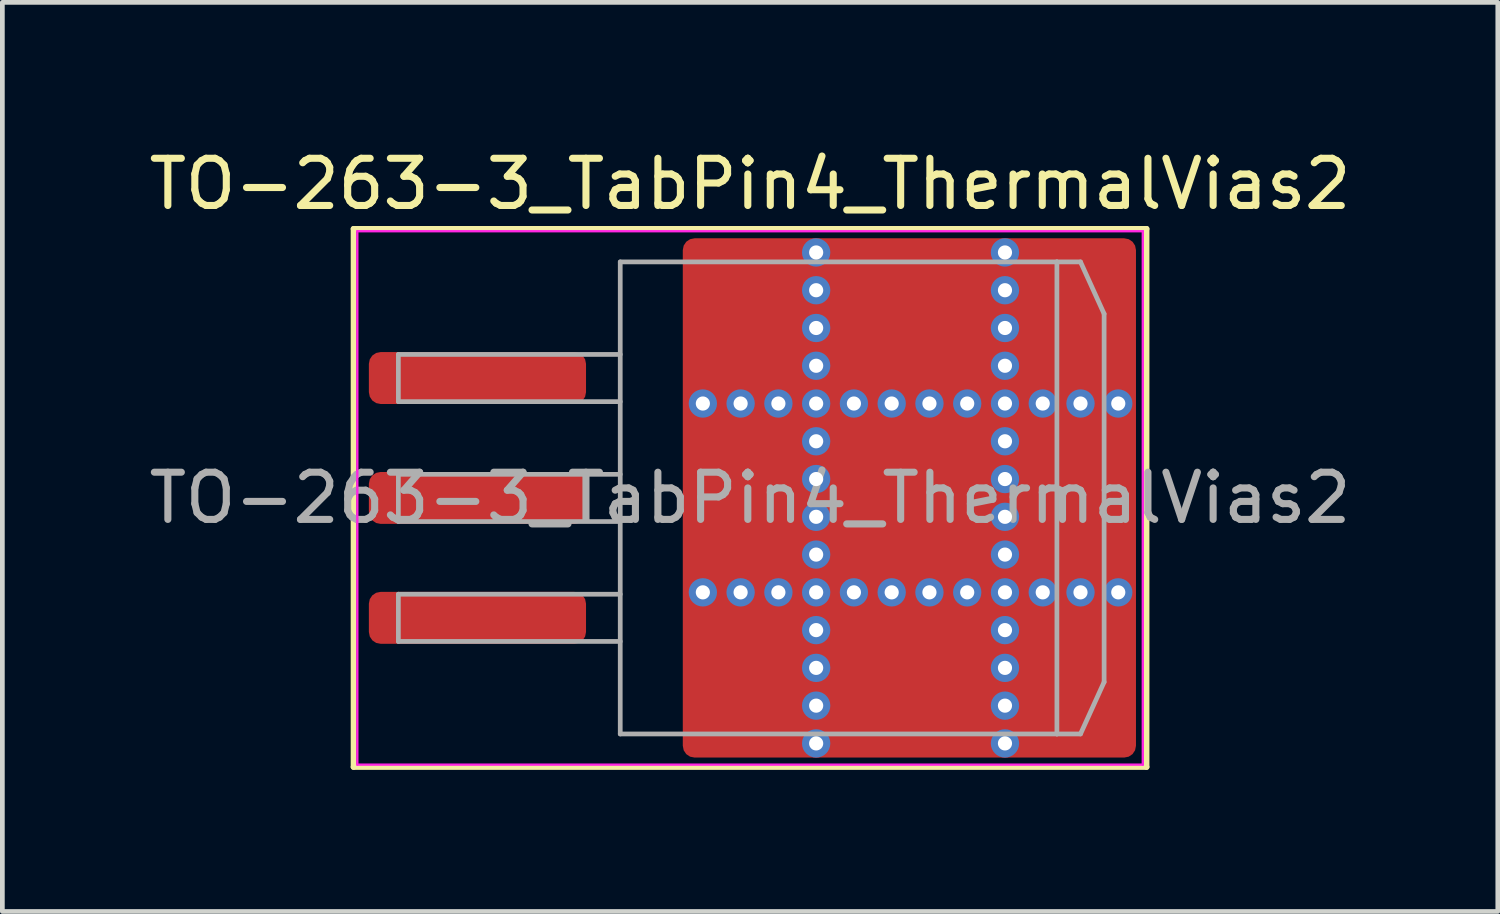
<source format=kicad_pcb>
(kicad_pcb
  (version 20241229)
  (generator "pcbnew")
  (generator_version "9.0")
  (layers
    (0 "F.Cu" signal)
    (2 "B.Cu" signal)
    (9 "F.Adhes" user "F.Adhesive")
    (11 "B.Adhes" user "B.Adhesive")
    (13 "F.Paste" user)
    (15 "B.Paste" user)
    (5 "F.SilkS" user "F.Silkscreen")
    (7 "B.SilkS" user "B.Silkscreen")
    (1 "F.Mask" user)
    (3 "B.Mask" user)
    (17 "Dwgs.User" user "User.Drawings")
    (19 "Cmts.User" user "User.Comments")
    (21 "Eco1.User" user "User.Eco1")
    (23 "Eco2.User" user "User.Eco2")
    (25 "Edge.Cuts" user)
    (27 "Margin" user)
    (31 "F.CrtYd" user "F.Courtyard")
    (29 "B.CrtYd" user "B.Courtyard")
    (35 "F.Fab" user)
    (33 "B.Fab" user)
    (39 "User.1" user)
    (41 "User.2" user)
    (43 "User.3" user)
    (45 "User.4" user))
  (footprint "TO-263-3_TabPin4_ThermalVias2"
    (layer "F.Cu")
    (at 12.839 7.498)
    (property "Reference" "TO-263-3_TabPin4_ThermalVias2" (at 0 -6.65 0) (layer "F.SilkS") (effects (font (size 1 1) (thickness 0.15))))
    (attr smd)
    (fp_line (start -8.4 -5.7) (end -8.4 5.7) (stroke (width 0.12) (type solid)) (layer "F.SilkS"))
    (fp_line (start -8.4 5.7) (end 8.4 5.7) (stroke (width 0.12) (type solid)) (layer "F.SilkS"))
    (fp_line (start 8.4 -5.7) (end -8.4 -5.7) (stroke (width 0.12) (type solid)) (layer "F.SilkS"))
    (fp_line (start 8.4 5.7) (end 8.4 -5.7) (stroke (width 0.12) (type solid)) (layer "F.SilkS"))
    (fp_line (start -8.32 -5.65) (end -8.32 5.65) (stroke (width 0.05) (type solid)) (layer "F.CrtYd"))
    (fp_line (start -8.32 5.65) (end 8.32 5.65) (stroke (width 0.05) (type solid)) (layer "F.CrtYd"))
    (fp_line (start 8.32 -5.65) (end -8.32 -5.65) (stroke (width 0.05) (type solid)) (layer "F.CrtYd"))
    (fp_line (start 8.32 5.65) (end 8.32 -5.65) (stroke (width 0.05) (type solid)) (layer "F.CrtYd"))
    (fp_line (start -7.45 -3.04) (end -7.45 -2.04) (stroke (width 0.1) (type solid)) (layer "F.Fab"))
    (fp_line (start -7.45 -2.04) (end -2.75 -2.04) (stroke (width 0.1) (type solid)) (layer "F.Fab"))
    (fp_line (start -7.45 -0.5) (end -7.45 0.5) (stroke (width 0.1) (type solid)) (layer "F.Fab"))
    (fp_line (start -7.45 0.5) (end -2.75 0.5) (stroke (width 0.1) (type solid)) (layer "F.Fab"))
    (fp_line (start -7.45 2.04) (end -7.45 3.04) (stroke (width 0.1) (type solid)) (layer "F.Fab"))
    (fp_line (start -7.45 3.04) (end -2.75 3.04) (stroke (width 0.1) (type solid)) (layer "F.Fab"))
    (fp_line (start -2.75 -5) (end 6.5 -5) (stroke (width 0.1) (type solid)) (layer "F.Fab"))
    (fp_line (start -2.75 -3.04) (end -7.45 -3.04) (stroke (width 0.1) (type solid)) (layer "F.Fab"))
    (fp_line (start -2.75 -0.5) (end -7.45 -0.5) (stroke (width 0.1) (type solid)) (layer "F.Fab"))
    (fp_line (start -2.75 2.04) (end -7.45 2.04) (stroke (width 0.1) (type solid)) (layer "F.Fab"))
    (fp_line (start -2.75 5) (end -2.75 -5) (stroke (width 0.1) (type solid)) (layer "F.Fab"))
    (fp_line (start 6.5 -5) (end 6.5 5) (stroke (width 0.1) (type solid)) (layer "F.Fab"))
    (fp_line (start 6.5 -5) (end 7 -5) (stroke (width 0.1) (type solid)) (layer "F.Fab"))
    (fp_line (start 6.5 5) (end -2.75 5) (stroke (width 0.1) (type solid)) (layer "F.Fab"))
    (fp_line (start 6.5 5) (end 7 5) (stroke (width 0.1) (type solid)) (layer "F.Fab"))
    (fp_line (start 7 -5) (end 7.5 -3.9) (stroke (width 0.1) (type solid)) (layer "F.Fab"))
    (fp_line (start 7 5) (end 7.5 3.9) (stroke (width 0.1) (type solid)) (layer "F.Fab"))
    (fp_line (start 7.5 -3.9) (end 7.5 3.9) (stroke (width 0.1) (type solid)) (layer "F.Fab"))
    (fp_text user "${REFERENCE}" (at 0 0 0) (layer "F.Fab") (effects (font (size 1 1) (thickness 0.15))))
    (pad "" smd roundrect (at -0.675 -4.6 90) (size 1.2 0.95) (layers "F.Paste") (roundrect_rratio 0.25))
    (pad "" smd roundrect (at -0.675 -3.1 90) (size 1.2 0.95) (layers "F.Paste") (roundrect_rratio 0.25))
    (pad "" smd roundrect (at -0.675 -0.85 90) (size 1.3 0.95) (layers "F.Paste") (roundrect_rratio 0.25))
    (pad "" smd roundrect (at -0.675 0.85 90) (size 1.3 0.95) (layers "F.Paste") (roundrect_rratio 0.25))
    (pad "" smd roundrect (at -0.675 3.1 90) (size 1.2 0.95) (layers "F.Paste") (roundrect_rratio 0.25))
    (pad "" smd roundrect (at -0.675 4.6 90) (size 1.2 0.95) (layers "F.Paste") (roundrect_rratio 0.25))
    (pad "" smd roundrect (at -0.113 -3.85 90) (size 3.1 2.425) (layers "F.Mask") (roundrect_rratio 0.103))
    (pad "" smd roundrect (at -0.113 0 90) (size 3.4 2.425) (layers "F.Mask") (roundrect_rratio 0.103))
    (pad "" smd roundrect (at -0.113 3.85 90) (size 3.1 2.425) (layers "F.Mask") (roundrect_rratio 0.103))
    (pad "" smd roundrect (at 0.475 -4.6 90) (size 1.2 0.95) (layers "F.Paste") (roundrect_rratio 0.25))
    (pad "" smd roundrect (at 0.475 -3.1 90) (size 1.2 0.95) (layers "F.Paste") (roundrect_rratio 0.25))
    (pad "" smd roundrect (at 0.475 -0.85 90) (size 1.3 0.95) (layers "F.Paste") (roundrect_rratio 0.25))
    (pad "" smd roundrect (at 0.475 0.85 90) (size 1.3 0.95) (layers "F.Paste") (roundrect_rratio 0.25))
    (pad "" smd roundrect (at 0.475 3.1 90) (size 1.2 0.95) (layers "F.Paste") (roundrect_rratio 0.25))
    (pad "" smd roundrect (at 0.475 4.6 90) (size 1.2 0.95) (layers "F.Paste") (roundrect_rratio 0.25))
    (pad "" smd roundrect (at 2.55 -4.6 90) (size 1.2 1.3) (layers "F.Paste") (roundrect_rratio 0.208))
    (pad "" smd roundrect (at 2.55 -3.1 90) (size 1.2 1.3) (layers "F.Paste") (roundrect_rratio 0.208))
    (pad "" smd roundrect (at 2.55 -0.85 90) (size 1.3 1.3) (layers "F.Paste") (roundrect_rratio 0.192))
    (pad "" smd roundrect (at 2.55 0.85 90) (size 1.3 1.3) (layers "F.Paste") (roundrect_rratio 0.192))
    (pad "" smd roundrect (at 2.55 3.1 90) (size 1.2 1.3) (layers "F.Paste") (roundrect_rratio 0.208))
    (pad "" smd roundrect (at 2.55 4.6 90) (size 1.2 1.3) (layers "F.Paste") (roundrect_rratio 0.208))
    (pad "" smd roundrect (at 3.4 -3.85 90) (size 3.1 3.4) (layers "F.Mask") (roundrect_rratio 0.081))
    (pad "" smd roundrect (at 3.4 0 90) (size 3.4 3.4) (layers "F.Mask") (roundrect_rratio 0.074))
    (pad "" smd roundrect (at 3.4 3.85 90) (size 3.1 3.4) (layers "F.Mask") (roundrect_rratio 0.081))
    (pad "" smd roundrect (at 4.25 -4.6 90) (size 1.2 1.3) (layers "F.Paste") (roundrect_rratio 0.208))
    (pad "" smd roundrect (at 4.25 -3.1 90) (size 1.2 1.3) (layers "F.Paste") (roundrect_rratio 0.208))
    (pad "" smd roundrect (at 4.25 -0.85 90) (size 1.3 1.3) (layers "F.Paste") (roundrect_rratio 0.192))
    (pad "" smd roundrect (at 4.25 0.85 90) (size 1.3 1.3) (layers "F.Paste") (roundrect_rratio 0.192))
    (pad "" smd roundrect (at 4.25 3.1 90) (size 1.2 1.3) (layers "F.Paste") (roundrect_rratio 0.208))
    (pad "" smd roundrect (at 4.25 4.6 90) (size 1.2 1.3) (layers "F.Paste") (roundrect_rratio 0.208))
    (pad "" smd roundrect (at 6.325 -4.6 90) (size 1.2 0.95) (layers "F.Paste") (roundrect_rratio 0.25))
    (pad "" smd roundrect (at 6.325 -3.1 90) (size 1.2 0.95) (layers "F.Paste") (roundrect_rratio 0.25))
    (pad "" smd roundrect (at 6.325 -0.85 90) (size 1.3 0.95) (layers "F.Paste") (roundrect_rratio 0.25))
    (pad "" smd roundrect (at 6.325 0.85 90) (size 1.3 0.95) (layers "F.Paste") (roundrect_rratio 0.25))
    (pad "" smd roundrect (at 6.325 3.1 90) (size 1.2 0.95) (layers "F.Paste") (roundrect_rratio 0.25))
    (pad "" smd roundrect (at 6.325 4.6 90) (size 1.2 0.95) (layers "F.Paste") (roundrect_rratio 0.25))
    (pad "" smd roundrect (at 6.888 -3.85 90) (size 3.1 2.375) (layers "F.Mask") (roundrect_rratio 0.105))
    (pad "" smd roundrect (at 6.888 0 90) (size 3.4 2.375) (layers "F.Mask") (roundrect_rratio 0.105))
    (pad "" smd roundrect (at 6.888 3.85 90) (size 3.1 2.375) (layers "F.Mask") (roundrect_rratio 0.105))
    (pad "" smd roundrect (at 7.475 -4.6 90) (size 1.2 0.95) (layers "F.Paste") (roundrect_rratio 0.25))
    (pad "" smd roundrect (at 7.475 -3.1 90) (size 1.2 0.95) (layers "F.Paste") (roundrect_rratio 0.25))
    (pad "" smd roundrect (at 7.475 -0.85 90) (size 1.3 0.95) (layers "F.Paste") (roundrect_rratio 0.25))
    (pad "" smd roundrect (at 7.475 0.85 90) (size 1.3 0.95) (layers "F.Paste") (roundrect_rratio 0.25))
    (pad "" smd roundrect (at 7.475 3.1 90) (size 1.2 0.95) (layers "F.Paste") (roundrect_rratio 0.25))
    (pad "" smd roundrect (at 7.475 4.6 90) (size 1.2 0.95) (layers "F.Paste") (roundrect_rratio 0.25))
    (pad "1" smd roundrect (at -5.775 -2.54) (size 4.6 1.1) (layers "F.Cu" "F.Mask" "F.Paste") (roundrect_rratio 0.227))
    (pad "2" smd roundrect (at -5.775 0) (size 4.6 1.1) (layers "F.Cu" "F.Mask" "F.Paste") (roundrect_rratio 0.227))
    (pad "3" smd roundrect (at -5.775 2.54) (size 4.6 1.1) (layers "F.Cu" "F.Mask" "F.Paste") (roundrect_rratio 0.227))
    (pad "4" thru_hole circle (at -1 -2) (size 0.6 0.6) (drill 0.3) (property pad_prop_heatsink) (layers "*.Cu" "*.Mask"))
    (pad "4" thru_hole circle (at -1 2) (size 0.6 0.6) (drill 0.3) (property pad_prop_heatsink) (layers "*.Cu" "*.Mask"))
    (pad "4" thru_hole circle (at -0.2 -2) (size 0.6 0.6) (drill 0.3) (property pad_prop_heatsink) (layers "*.Cu" "*.Mask"))
    (pad "4" thru_hole circle (at -0.2 2) (size 0.6 0.6) (drill 0.3) (property pad_prop_heatsink) (layers "*.Cu" "*.Mask"))
    (pad "4" thru_hole circle (at 0.6 -2) (size 0.6 0.6) (drill 0.3) (property pad_prop_heatsink) (layers "*.Cu" "*.Mask"))
    (pad "4" thru_hole circle (at 0.6 2) (size 0.6 0.6) (drill 0.3) (property pad_prop_heatsink) (layers "*.Cu" "*.Mask"))
    (pad "4" thru_hole circle (at 1.4 -5.2) (size 0.6 0.6) (drill 0.3) (property pad_prop_heatsink) (layers "*.Cu" "*.Mask"))
    (pad "4" thru_hole circle (at 1.4 -4.4) (size 0.6 0.6) (drill 0.3) (property pad_prop_heatsink) (layers "*.Cu" "*.Mask"))
    (pad "4" thru_hole circle (at 1.4 -3.6) (size 0.6 0.6) (drill 0.3) (property pad_prop_heatsink) (layers "*.Cu" "*.Mask"))
    (pad "4" thru_hole circle (at 1.4 -2.8) (size 0.6 0.6) (drill 0.3) (property pad_prop_heatsink) (layers "*.Cu" "*.Mask"))
    (pad "4" thru_hole circle (at 1.4 -2) (size 0.6 0.6) (drill 0.3) (property pad_prop_heatsink) (layers "*.Cu" "*.Mask"))
    (pad "4" thru_hole circle (at 1.4 -1.2) (size 0.6 0.6) (drill 0.3) (property pad_prop_heatsink) (layers "*.Cu" "*.Mask"))
    (pad "4" thru_hole circle (at 1.4 -0.4) (size 0.6 0.6) (drill 0.3) (property pad_prop_heatsink) (layers "*.Cu" "*.Mask"))
    (pad "4" thru_hole circle (at 1.4 0.4) (size 0.6 0.6) (drill 0.3) (property pad_prop_heatsink) (layers "*.Cu" "*.Mask"))
    (pad "4" thru_hole circle (at 1.4 1.2) (size 0.6 0.6) (drill 0.3) (property pad_prop_heatsink) (layers "*.Cu" "*.Mask"))
    (pad "4" thru_hole circle (at 1.4 2) (size 0.6 0.6) (drill 0.3) (property pad_prop_heatsink) (layers "*.Cu" "*.Mask"))
    (pad "4" thru_hole circle (at 1.4 2.8) (size 0.6 0.6) (drill 0.3) (property pad_prop_heatsink) (layers "*.Cu" "*.Mask"))
    (pad "4" thru_hole circle (at 1.4 3.6) (size 0.6 0.6) (drill 0.3) (property pad_prop_heatsink) (layers "*.Cu" "*.Mask"))
    (pad "4" thru_hole circle (at 1.4 4.4) (size 0.6 0.6) (drill 0.3) (property pad_prop_heatsink) (layers "*.Cu" "*.Mask"))
    (pad "4" thru_hole circle (at 1.4 5.2) (size 0.6 0.6) (drill 0.3) (property pad_prop_heatsink) (layers "*.Cu" "*.Mask"))
    (pad "4" thru_hole circle (at 2.2 -2) (size 0.6 0.6) (drill 0.3) (property pad_prop_heatsink) (layers "*.Cu" "*.Mask"))
    (pad "4" thru_hole circle (at 2.2 2) (size 0.6 0.6) (drill 0.3) (property pad_prop_heatsink) (layers "*.Cu" "*.Mask"))
    (pad "4" thru_hole circle (at 3 -2) (size 0.6 0.6) (drill 0.3) (property pad_prop_heatsink) (layers "*.Cu" "*.Mask"))
    (pad "4" thru_hole circle (at 3 2) (size 0.6 0.6) (drill 0.3) (property pad_prop_heatsink) (layers "*.Cu" "*.Mask"))
    (pad "4" smd roundrect (at 3.375 0) (size 9.6 11) (layers "F.Cu") (roundrect_rratio 0.026))
    (pad "4" thru_hole circle (at 3.8 -2) (size 0.6 0.6) (drill 0.3) (property pad_prop_heatsink) (layers "*.Cu" "*.Mask"))
    (pad "4" thru_hole circle (at 3.8 2) (size 0.6 0.6) (drill 0.3) (property pad_prop_heatsink) (layers "*.Cu" "*.Mask"))
    (pad "4" thru_hole circle (at 4.6 -2) (size 0.6 0.6) (drill 0.3) (property pad_prop_heatsink) (layers "*.Cu" "*.Mask"))
    (pad "4" thru_hole circle (at 4.6 2) (size 0.6 0.6) (drill 0.3) (property pad_prop_heatsink) (layers "*.Cu" "*.Mask"))
    (pad "4" thru_hole circle (at 5.4 -5.2) (size 0.6 0.6) (drill 0.3) (property pad_prop_heatsink) (layers "*.Cu" "*.Mask"))
    (pad "4" thru_hole circle (at 5.4 -4.4) (size 0.6 0.6) (drill 0.3) (property pad_prop_heatsink) (layers "*.Cu" "*.Mask"))
    (pad "4" thru_hole circle (at 5.4 -3.6) (size 0.6 0.6) (drill 0.3) (property pad_prop_heatsink) (layers "*.Cu" "*.Mask"))
    (pad "4" thru_hole circle (at 5.4 -2.8) (size 0.6 0.6) (drill 0.3) (property pad_prop_heatsink) (layers "*.Cu" "*.Mask"))
    (pad "4" thru_hole circle (at 5.4 -2) (size 0.6 0.6) (drill 0.3) (property pad_prop_heatsink) (layers "*.Cu" "*.Mask"))
    (pad "4" thru_hole circle (at 5.4 -1.2) (size 0.6 0.6) (drill 0.3) (property pad_prop_heatsink) (layers "*.Cu" "*.Mask"))
    (pad "4" thru_hole circle (at 5.4 -0.4) (size 0.6 0.6) (drill 0.3) (property pad_prop_heatsink) (layers "*.Cu" "*.Mask"))
    (pad "4" thru_hole circle (at 5.4 0.4) (size 0.6 0.6) (drill 0.3) (property pad_prop_heatsink) (layers "*.Cu" "*.Mask"))
    (pad "4" thru_hole circle (at 5.4 1.2) (size 0.6 0.6) (drill 0.3) (property pad_prop_heatsink) (layers "*.Cu" "*.Mask"))
    (pad "4" thru_hole circle (at 5.4 2) (size 0.6 0.6) (drill 0.3) (property pad_prop_heatsink) (layers "*.Cu" "*.Mask"))
    (pad "4" thru_hole circle (at 5.4 2.8) (size 0.6 0.6) (drill 0.3) (property pad_prop_heatsink) (layers "*.Cu" "*.Mask"))
    (pad "4" thru_hole circle (at 5.4 3.6) (size 0.6 0.6) (drill 0.3) (property pad_prop_heatsink) (layers "*.Cu" "*.Mask"))
    (pad "4" thru_hole circle (at 5.4 4.4) (size 0.6 0.6) (drill 0.3) (property pad_prop_heatsink) (layers "*.Cu" "*.Mask"))
    (pad "4" thru_hole circle (at 5.4 5.2) (size 0.6 0.6) (drill 0.3) (property pad_prop_heatsink) (layers "*.Cu" "*.Mask"))
    (pad "4" thru_hole circle (at 6.2 -2) (size 0.6 0.6) (drill 0.3) (property pad_prop_heatsink) (layers "*.Cu" "*.Mask"))
    (pad "4" thru_hole circle (at 6.2 2) (size 0.6 0.6) (drill 0.3) (property pad_prop_heatsink) (layers "*.Cu" "*.Mask"))
    (pad "4" thru_hole circle (at 7 -2) (size 0.6 0.6) (drill 0.3) (property pad_prop_heatsink) (layers "*.Cu" "*.Mask"))
    (pad "4" thru_hole circle (at 7 2) (size 0.6 0.6) (drill 0.3) (property pad_prop_heatsink) (layers "*.Cu" "*.Mask"))
    (pad "4" thru_hole circle (at 7.8 -2) (size 0.6 0.6) (drill 0.3) (property pad_prop_heatsink) (layers "*.Cu" "*.Mask"))
    (pad "4" thru_hole circle (at 7.8 2) (size 0.6 0.6) (drill 0.3) (property pad_prop_heatsink) (layers "*.Cu" "*.Mask")))
  (gr_rect
    (start -3 -3)
    (end 28.679 16.258)
    (stroke (width 0.1) (type default))
    (fill no)
    (layer "Edge.Cuts")))
</source>
